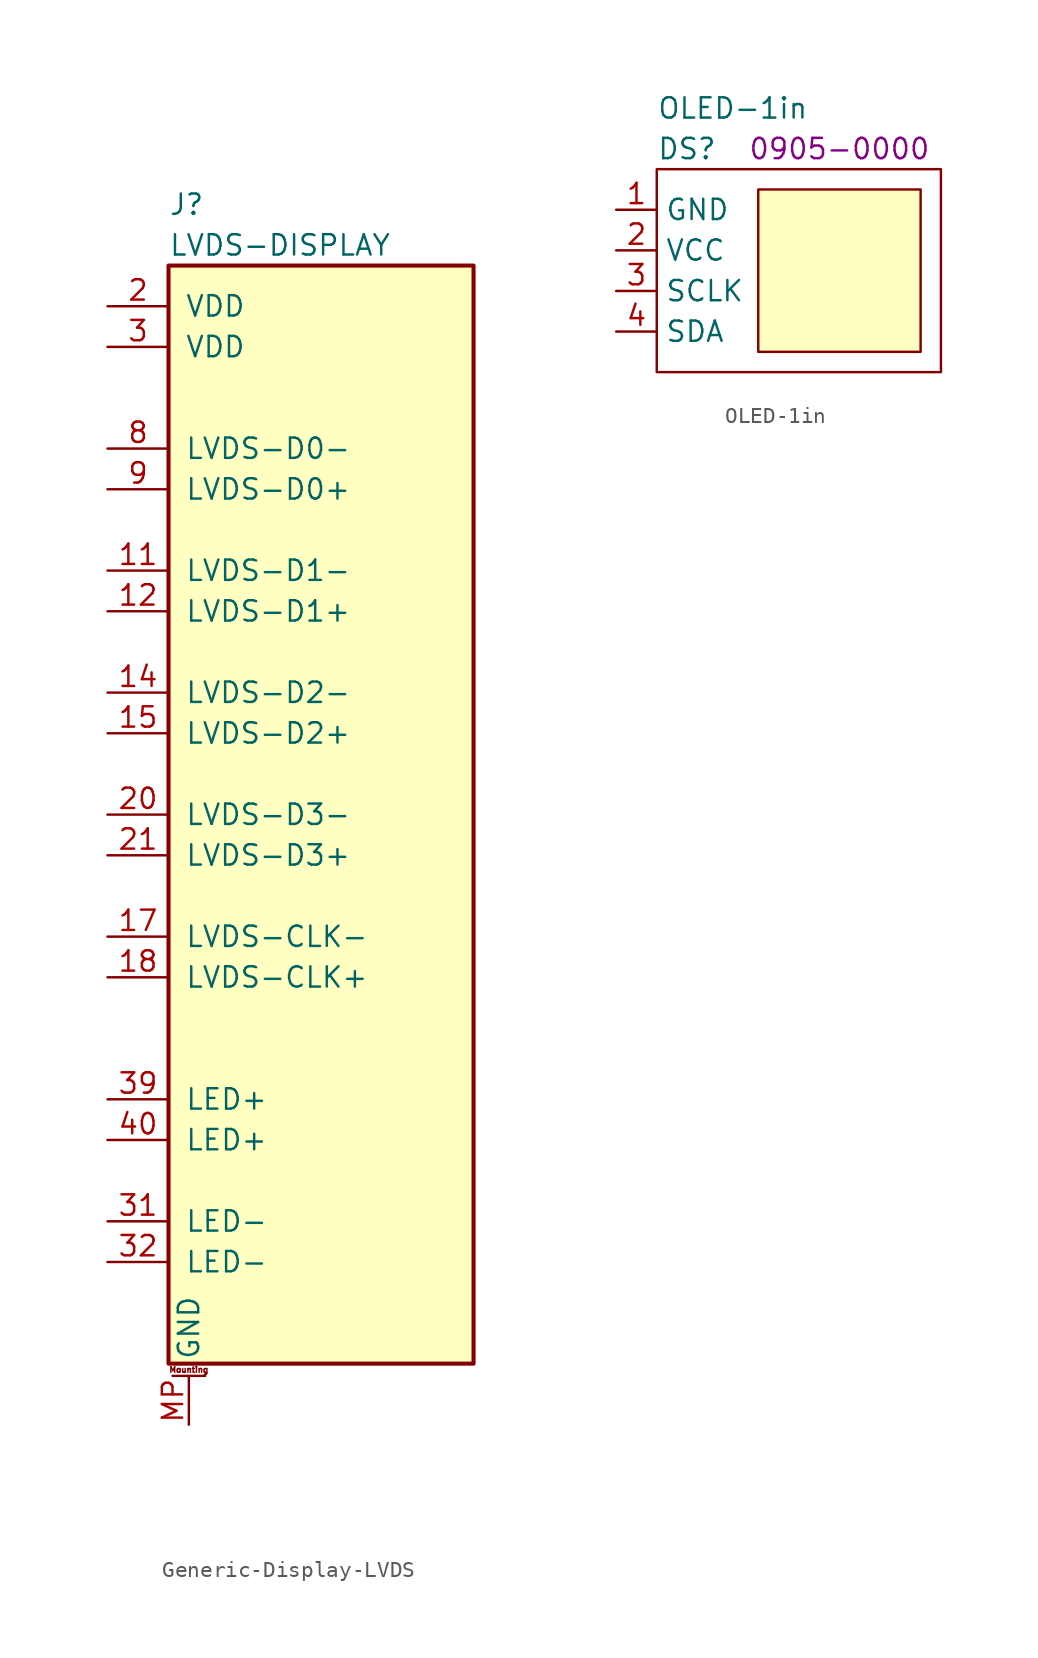
<source format=kicad_sym>
(kicad_symbol_lib
  (version 20231120)
  (generator "kicad_symbol_editor")
  (generator_version "8.0")
  (symbol "Generic-Display-LVDS"
    (pin_names
      (offset 1.016))
    (property "Reference" "J"
      (at 0 3.81 0)
      (effects (font (size 1.27 1.27)) (justify left)))
    (property "Value" "LVDS-DISPLAY"
      (at 0 1.27 0)
      (effects (font (size 1.27 1.27)) (justify left)))
    (symbol "Generic-Display-LVDS_1_1"
      (polyline (pts (xy 0.254 -69.342) (xy 2.286 -69.342)) (stroke (width 0.152) (type default)) (fill (type none)))
      (rectangle (start 0 0) (end 19.05 -68.58) (stroke (width 0.254) (type default)) (fill (type background)))
      (text "Mounting" (at 1.27 -68.961 0) (effects (font (size 0.36 0.36))))
      (pin passive line (at 11.43 -2.54 0) (length 3.81) hide (name "NC" (effects (font (size 1.27 1.27)))) (number "1" (effects (font (size 1.27 1.27)))))
      (pin passive line (at 1.27 -72.39 90) (length 3) hide (name "GND" (effects (font (size 1.27 1.27)))) (number "10" (effects (font (size 1.27 1.27)))))
      (pin passive line (at -3.81 -19.05 0) (length 3.81) (name "LVDS-D1-" (effects (font (size 1.27 1.27)))) (number "11" (effects (font (size 1.27 1.27)))))
      (pin passive line (at -3.81 -21.59 0) (length 3.81) (name "LVDS-D1+" (effects (font (size 1.27 1.27)))) (number "12" (effects (font (size 1.27 1.27)))))
      (pin passive line (at 1.27 -72.39 90) (length 3) hide (name "GND" (effects (font (size 1.27 1.27)))) (number "13" (effects (font (size 1.27 1.27)))))
      (pin passive line (at -3.81 -26.67 0) (length 3.81) (name "LVDS-D2-" (effects (font (size 1.27 1.27)))) (number "14" (effects (font (size 1.27 1.27)))))
      (pin passive line (at -3.81 -29.21 0) (length 3.81) (name "LVDS-D2+" (effects (font (size 1.27 1.27)))) (number "15" (effects (font (size 1.27 1.27)))))
      (pin passive line (at 1.27 -72.39 90) (length 3) hide (name "GND" (effects (font (size 1.27 1.27)))) (number "16" (effects (font (size 1.27 1.27)))))
      (pin passive line (at -3.81 -41.91 0) (length 3.81) (name "LVDS-CLK-" (effects (font (size 1.27 1.27)))) (number "17" (effects (font (size 1.27 1.27)))))
      (pin passive line (at -3.81 -44.45 0) (length 3.81) (name "LVDS-CLK+" (effects (font (size 1.27 1.27)))) (number "18" (effects (font (size 1.27 1.27)))))
      (pin passive line (at 1.27 -72.39 90) (length 3) hide (name "GND" (effects (font (size 1.27 1.27)))) (number "19" (effects (font (size 1.27 1.27)))))
      (pin passive line (at -3.81 -2.54 0) (length 3.81) (name "VDD" (effects (font (size 1.27 1.27)))) (number "2" (effects (font (size 1.27 1.27)))))
      (pin passive line (at -3.81 -34.29 0) (length 3.81) (name "LVDS-D3-" (effects (font (size 1.27 1.27)))) (number "20" (effects (font (size 1.27 1.27)))))
      (pin passive line (at -3.81 -36.83 0) (length 3.81) (name "LVDS-D3+" (effects (font (size 1.27 1.27)))) (number "21" (effects (font (size 1.27 1.27)))))
      (pin passive line (at 1.27 -72.39 90) (length 3) hide (name "GND" (effects (font (size 1.27 1.27)))) (number "22" (effects (font (size 1.27 1.27)))))
      (pin passive line (at 11.43 -2.54 0) (length 3.81) hide (name "NC" (effects (font (size 1.27 1.27)))) (number "23" (effects (font (size 1.27 1.27)))))
      (pin passive line (at 11.43 -2.54 0) (length 3.81) hide (name "NC" (effects (font (size 1.27 1.27)))) (number "24" (effects (font (size 1.27 1.27)))))
      (pin passive line (at 1.27 -72.39 90) (length 3) hide (name "GND" (effects (font (size 1.27 1.27)))) (number "25" (effects (font (size 1.27 1.27)))))
      (pin passive line (at 11.43 -2.54 0) (length 3.81) hide (name "NC" (effects (font (size 1.27 1.27)))) (number "26" (effects (font (size 1.27 1.27)))))
      (pin passive line (at 11.43 -2.54 0) (length 3.81) hide (name "NC" (effects (font (size 1.27 1.27)))) (number "27" (effects (font (size 1.27 1.27)))))
      (pin passive line (at 11.43 -2.54 0) (length 3.81) hide (name "NC" (effects (font (size 1.27 1.27)))) (number "28" (effects (font (size 1.27 1.27)))))
      (pin passive line (at 11.43 -2.54 0) (length 3.81) hide (name "NC" (effects (font (size 1.27 1.27)))) (number "29" (effects (font (size 1.27 1.27)))))
      (pin passive line (at -3.81 -5.08 0) (length 3.81) (name "VDD" (effects (font (size 1.27 1.27)))) (number "3" (effects (font (size 1.27 1.27)))))
      (pin passive line (at 1.27 -72.39 90) (length 3) hide (name "GND" (effects (font (size 1.27 1.27)))) (number "30" (effects (font (size 1.27 1.27)))))
      (pin passive line (at -3.81 -59.69 0) (length 3.81) (name "LED-" (effects (font (size 1.27 1.27)))) (number "31" (effects (font (size 1.27 1.27)))))
      (pin passive line (at -3.81 -62.23 0) (length 3.81) (name "LED-" (effects (font (size 1.27 1.27)))) (number "32" (effects (font (size 1.27 1.27)))))
      (pin passive line (at 11.43 -2.54 0) (length 3.81) hide (name "NC" (effects (font (size 1.27 1.27)))) (number "33" (effects (font (size 1.27 1.27)))))
      (pin passive line (at 11.43 -2.54 0) (length 3.81) hide (name "NC" (effects (font (size 1.27 1.27)))) (number "34" (effects (font (size 1.27 1.27)))))
      (pin passive line (at 11.43 -2.54 0) (length 3.81) hide (name "NC" (effects (font (size 1.27 1.27)))) (number "35" (effects (font (size 1.27 1.27)))))
      (pin passive line (at 11.43 -2.54 0) (length 3.81) hide (name "NC" (effects (font (size 1.27 1.27)))) (number "36" (effects (font (size 1.27 1.27)))))
      (pin passive line (at 11.43 -2.54 0) (length 3.81) hide (name "NC" (effects (font (size 1.27 1.27)))) (number "37" (effects (font (size 1.27 1.27)))))
      (pin passive line (at 11.43 -2.54 0) (length 3.81) hide (name "NC" (effects (font (size 1.27 1.27)))) (number "38" (effects (font (size 1.27 1.27)))))
      (pin passive line (at -3.81 -52.07 0) (length 3.81) (name "LED+" (effects (font (size 1.27 1.27)))) (number "39" (effects (font (size 1.27 1.27)))))
      (pin passive line (at 11.43 -2.54 0) (length 3.81) hide (name "NC" (effects (font (size 1.27 1.27)))) (number "4" (effects (font (size 1.27 1.27)))))
      (pin passive line (at -3.81 -54.61 0) (length 3.81) (name "LED+" (effects (font (size 1.27 1.27)))) (number "40" (effects (font (size 1.27 1.27)))))
      (pin passive line (at 11.43 -2.54 0) (length 3.81) hide (name "NC" (effects (font (size 1.27 1.27)))) (number "5" (effects (font (size 1.27 1.27)))))
      (pin passive line (at 11.43 -2.54 0) (length 3.81) hide (name "NC" (effects (font (size 1.27 1.27)))) (number "6" (effects (font (size 1.27 1.27)))))
      (pin passive line (at 1.27 -72.39 90) (length 3) hide (name "GND" (effects (font (size 1.27 1.27)))) (number "7" (effects (font (size 1.27 1.27)))))
      (pin passive line (at -3.81 -11.43 0) (length 3.81) (name "LVDS-D0-" (effects (font (size 1.27 1.27)))) (number "8" (effects (font (size 1.27 1.27)))))
      (pin passive line (at -3.81 -13.97 0) (length 3.81) (name "LVDS-D0+" (effects (font (size 1.27 1.27)))) (number "9" (effects (font (size 1.27 1.27)))))
      (pin passive line (at 1.27 -72.39 90) (length 3) (name "GND" (effects (font (size 1.27 1.27)))) (number "MP" (effects (font (size 1.27 1.27)))))))
  (symbol "OLED-1in"
    (property "Reference" "DS"
      (at 0 1.27 0)
      (effects (font (size 1.27 1.27)) (justify left)))
    (property "Value" "OLED-1in"
      (at 0 3.81 0)
      (effects (font (size 1.27 1.27)) (justify left)))
    (property "PartNumber" "0905-0000"
      (at 11.43 1.27 0)
      (effects (font (size 1.27 1.27))))
    (symbol "OLED-1in_0_0"
      (pin power_in line (at -2.54 -2.54 0) (length 2.54) (name "GND" (effects (font (size 1.27 1.27)))) (number "1" (effects (font (size 1.27 1.27)))))
      (pin power_in line (at -2.54 -5.08 0) (length 2.54) (name "VCC" (effects (font (size 1.27 1.27)))) (number "2" (effects (font (size 1.27 1.27)))))
      (pin input line (at -2.54 -7.62 0) (length 2.54) (name "SCLK" (effects (font (size 1.27 1.27)))) (number "3" (effects (font (size 1.27 1.27)))))
      (pin bidirectional line (at -2.54 -10.16 0) (length 2.54) (name "SDA" (effects (font (size 1.27 1.27)))) (number "4" (effects (font (size 1.27 1.27))))))
    (symbol "OLED-1in_0_1"
      (rectangle (start 0 0) (end 17.78 -12.7) (stroke (width 0) (type default)) (fill (type none)))
      (rectangle (start 6.35 -1.27) (end 16.51 -11.43) (stroke (width 0) (type default)) (fill (type background))))))
</source>
